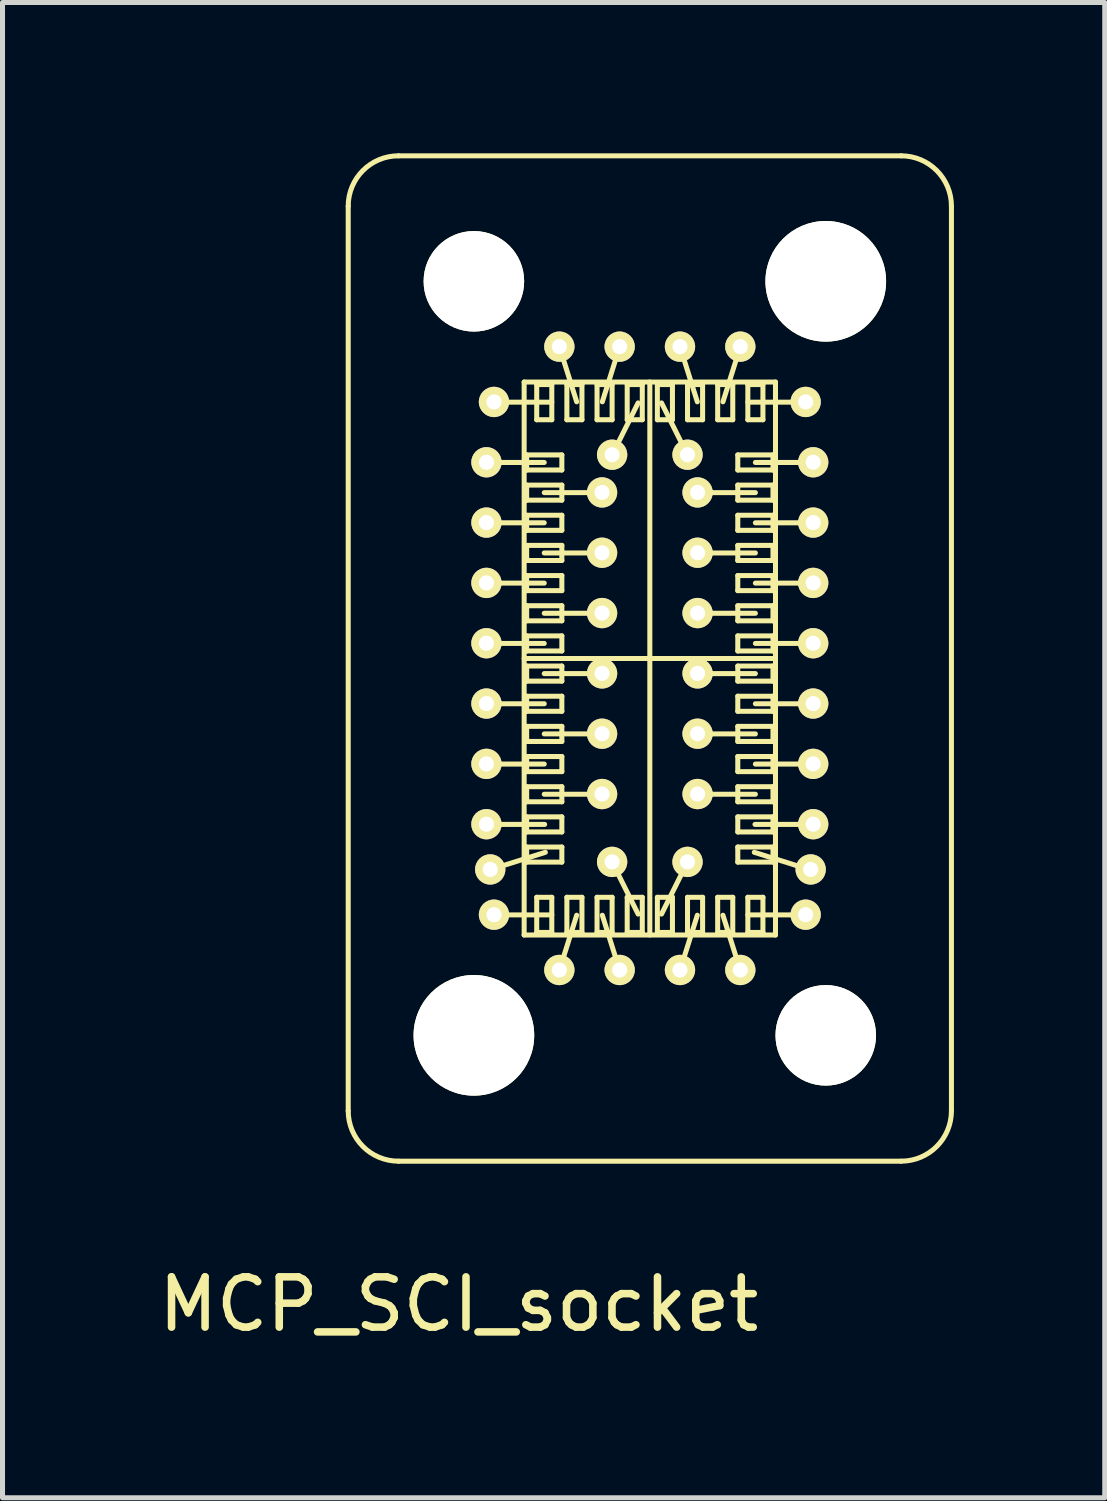
<source format=kicad_pcb>
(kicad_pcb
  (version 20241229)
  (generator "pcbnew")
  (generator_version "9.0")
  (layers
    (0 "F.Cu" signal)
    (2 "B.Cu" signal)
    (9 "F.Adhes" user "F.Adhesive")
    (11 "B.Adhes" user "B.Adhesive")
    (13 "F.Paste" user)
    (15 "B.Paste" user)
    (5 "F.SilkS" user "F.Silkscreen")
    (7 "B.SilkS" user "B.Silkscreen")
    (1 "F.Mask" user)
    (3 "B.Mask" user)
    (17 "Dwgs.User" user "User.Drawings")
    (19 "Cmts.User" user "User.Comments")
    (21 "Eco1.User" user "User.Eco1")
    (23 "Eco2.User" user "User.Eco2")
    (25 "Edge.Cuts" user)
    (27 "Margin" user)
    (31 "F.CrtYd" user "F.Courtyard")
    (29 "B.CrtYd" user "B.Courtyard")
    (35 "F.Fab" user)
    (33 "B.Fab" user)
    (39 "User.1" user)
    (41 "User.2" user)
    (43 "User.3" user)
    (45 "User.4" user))
  (footprint "MCP_SCI_socket"
    (layer "F.Cu")
    (at 9.877 10.046)
    (property "Reference" "MCP_SCI_socket" (at -3.8 12.85 0) (layer "F.SilkS") (effects (font (size 1 1) (thickness 0.15))))
    (attr through_hole)
    (fp_line (start -6 -8.996) (end -6 9.004) (stroke (width 0.1) (type solid)) (layer "F.SilkS"))
    (fp_line (start -5 10.004) (end 5 10.004) (stroke (width 0.1) (type solid)) (layer "F.SilkS"))
    (fp_line (start -3.25 -3.896) (end -2.1 -3.896) (stroke (width 0.1) (type solid)) (layer "F.SilkS"))
    (fp_line (start -3.25 -2.696) (end -2.1 -2.696) (stroke (width 0.1) (type solid)) (layer "F.SilkS"))
    (fp_line (start -3.25 -1.496) (end -2.1 -1.496) (stroke (width 0.1) (type solid)) (layer "F.SilkS"))
    (fp_line (start -3.25 -0.296) (end -2.1 -0.296) (stroke (width 0.1) (type solid)) (layer "F.SilkS"))
    (fp_line (start -3.25 0.904) (end -2.1 0.904) (stroke (width 0.1) (type solid)) (layer "F.SilkS"))
    (fp_line (start -3.25 2.104) (end -2.1 2.104) (stroke (width 0.1) (type solid)) (layer "F.SilkS"))
    (fp_line (start -3.25 3.304) (end -2.092 3.304) (stroke (width 0.1) (type solid)) (layer "F.SilkS"))
    (fp_line (start -3.175 4.204) (end -2.078 3.859) (stroke (width 0.1) (type solid)) (layer "F.SilkS"))
    (fp_line (start -3.1 -5.096) (end -3.1 -5.096) (stroke (width 0.1) (type solid)) (layer "F.SilkS"))
    (fp_line (start -3.1 -5.096) (end -1.95 -5.096) (stroke (width 0.1) (type solid)) (layer "F.SilkS"))
    (fp_line (start -3.1 5.104) (end -1.95 5.104) (stroke (width 0.1) (type solid)) (layer "F.SilkS"))
    (fp_line (start -2.5 -5.496) (end -2.5 5.504) (stroke (width 0.1) (type solid)) (layer "F.SilkS"))
    (fp_line (start -2.5 0.004) (end 2.5 0.004) (stroke (width 0.1) (type solid)) (layer "F.SilkS"))
    (fp_line (start -2.5 5.504) (end 2.5 5.504) (stroke (width 0.1) (type solid)) (layer "F.SilkS"))
    (fp_line (start -2.45 -4.046) (end -2.45 -3.746) (stroke (width 0.1) (type solid)) (layer "F.SilkS"))
    (fp_line (start -2.45 -3.746) (end -1.75 -3.746) (stroke (width 0.1) (type solid)) (layer "F.SilkS"))
    (fp_line (start -2.45 -3.446) (end -2.45 -3.146) (stroke (width 0.1) (type solid)) (layer "F.SilkS"))
    (fp_line (start -2.45 -3.146) (end -1.75 -3.146) (stroke (width 0.1) (type solid)) (layer "F.SilkS"))
    (fp_line (start -2.45 -2.846) (end -2.45 -2.546) (stroke (width 0.1) (type solid)) (layer "F.SilkS"))
    (fp_line (start -2.45 -2.546) (end -1.75 -2.546) (stroke (width 0.1) (type solid)) (layer "F.SilkS"))
    (fp_line (start -2.45 -2.246) (end -2.45 -1.946) (stroke (width 0.1) (type solid)) (layer "F.SilkS"))
    (fp_line (start -2.45 -1.946) (end -1.75 -1.946) (stroke (width 0.1) (type solid)) (layer "F.SilkS"))
    (fp_line (start -2.45 -1.646) (end -2.45 -1.346) (stroke (width 0.1) (type solid)) (layer "F.SilkS"))
    (fp_line (start -2.45 -1.346) (end -1.75 -1.346) (stroke (width 0.1) (type solid)) (layer "F.SilkS"))
    (fp_line (start -2.45 -1.046) (end -2.45 -0.746) (stroke (width 0.1) (type solid)) (layer "F.SilkS"))
    (fp_line (start -2.45 -0.746) (end -1.75 -0.746) (stroke (width 0.1) (type solid)) (layer "F.SilkS"))
    (fp_line (start -2.45 -0.446) (end -2.45 -0.146) (stroke (width 0.1) (type solid)) (layer "F.SilkS"))
    (fp_line (start -2.45 -0.146) (end -1.75 -0.146) (stroke (width 0.1) (type solid)) (layer "F.SilkS"))
    (fp_line (start -2.45 0.154) (end -2.45 0.454) (stroke (width 0.1) (type solid)) (layer "F.SilkS"))
    (fp_line (start -2.45 0.454) (end -1.75 0.454) (stroke (width 0.1) (type solid)) (layer "F.SilkS"))
    (fp_line (start -2.45 0.754) (end -2.45 1.054) (stroke (width 0.1) (type solid)) (layer "F.SilkS"))
    (fp_line (start -2.45 1.054) (end -1.75 1.054) (stroke (width 0.1) (type solid)) (layer "F.SilkS"))
    (fp_line (start -2.45 1.354) (end -2.45 1.654) (stroke (width 0.1) (type solid)) (layer "F.SilkS"))
    (fp_line (start -2.45 1.654) (end -1.75 1.654) (stroke (width 0.1) (type solid)) (layer "F.SilkS"))
    (fp_line (start -2.45 1.954) (end -2.45 2.254) (stroke (width 0.1) (type solid)) (layer "F.SilkS"))
    (fp_line (start -2.45 2.254) (end -1.75 2.254) (stroke (width 0.1) (type solid)) (layer "F.SilkS"))
    (fp_line (start -2.45 2.554) (end -2.45 2.854) (stroke (width 0.1) (type solid)) (layer "F.SilkS"))
    (fp_line (start -2.45 2.854) (end -1.75 2.854) (stroke (width 0.1) (type solid)) (layer "F.SilkS"))
    (fp_line (start -2.45 3.154) (end -2.45 3.454) (stroke (width 0.1) (type solid)) (layer "F.SilkS"))
    (fp_line (start -2.45 3.454) (end -1.75 3.454) (stroke (width 0.1) (type solid)) (layer "F.SilkS"))
    (fp_line (start -2.45 3.754) (end -2.45 4.054) (stroke (width 0.1) (type solid)) (layer "F.SilkS"))
    (fp_line (start -2.45 4.054) (end -1.75 4.054) (stroke (width 0.1) (type solid)) (layer "F.SilkS"))
    (fp_line (start -2.25 -5.446) (end -2.25 -4.746) (stroke (width 0.1) (type solid)) (layer "F.SilkS"))
    (fp_line (start -2.25 -4.746) (end -1.95 -4.746) (stroke (width 0.1) (type solid)) (layer "F.SilkS"))
    (fp_line (start -2.25 4.754) (end -2.25 5.454) (stroke (width 0.1) (type solid)) (layer "F.SilkS"))
    (fp_line (start -2.25 5.454) (end -1.95 5.454) (stroke (width 0.1) (type solid)) (layer "F.SilkS"))
    (fp_line (start -1.95 -5.446) (end -2.25 -5.446) (stroke (width 0.1) (type solid)) (layer "F.SilkS"))
    (fp_line (start -1.95 -4.746) (end -1.95 -5.446) (stroke (width 0.1) (type solid)) (layer "F.SilkS"))
    (fp_line (start -1.95 4.754) (end -2.25 4.754) (stroke (width 0.1) (type solid)) (layer "F.SilkS"))
    (fp_line (start -1.95 5.454) (end -1.95 4.754) (stroke (width 0.1) (type solid)) (layer "F.SilkS"))
    (fp_line (start -1.75 -4.046) (end -2.45 -4.046) (stroke (width 0.1) (type solid)) (layer "F.SilkS"))
    (fp_line (start -1.75 -3.746) (end -1.75 -4.046) (stroke (width 0.1) (type solid)) (layer "F.SilkS"))
    (fp_line (start -1.75 -3.446) (end -2.45 -3.446) (stroke (width 0.1) (type solid)) (layer "F.SilkS"))
    (fp_line (start -1.75 -3.146) (end -1.75 -3.446) (stroke (width 0.1) (type solid)) (layer "F.SilkS"))
    (fp_line (start -1.75 -2.846) (end -2.45 -2.846) (stroke (width 0.1) (type solid)) (layer "F.SilkS"))
    (fp_line (start -1.75 -2.546) (end -1.75 -2.846) (stroke (width 0.1) (type solid)) (layer "F.SilkS"))
    (fp_line (start -1.75 -2.246) (end -2.45 -2.246) (stroke (width 0.1) (type solid)) (layer "F.SilkS"))
    (fp_line (start -1.75 -1.946) (end -1.75 -2.246) (stroke (width 0.1) (type solid)) (layer "F.SilkS"))
    (fp_line (start -1.75 -1.646) (end -2.45 -1.646) (stroke (width 0.1) (type solid)) (layer "F.SilkS"))
    (fp_line (start -1.75 -1.346) (end -1.75 -1.646) (stroke (width 0.1) (type solid)) (layer "F.SilkS"))
    (fp_line (start -1.75 -1.046) (end -2.45 -1.046) (stroke (width 0.1) (type solid)) (layer "F.SilkS"))
    (fp_line (start -1.75 -0.746) (end -1.75 -1.046) (stroke (width 0.1) (type solid)) (layer "F.SilkS"))
    (fp_line (start -1.75 -0.446) (end -2.45 -0.446) (stroke (width 0.1) (type solid)) (layer "F.SilkS"))
    (fp_line (start -1.75 -0.146) (end -1.75 -0.446) (stroke (width 0.1) (type solid)) (layer "F.SilkS"))
    (fp_line (start -1.75 0.154) (end -2.45 0.154) (stroke (width 0.1) (type solid)) (layer "F.SilkS"))
    (fp_line (start -1.75 0.454) (end -1.75 0.154) (stroke (width 0.1) (type solid)) (layer "F.SilkS"))
    (fp_line (start -1.75 0.754) (end -2.45 0.754) (stroke (width 0.1) (type solid)) (layer "F.SilkS"))
    (fp_line (start -1.75 1.054) (end -1.75 0.754) (stroke (width 0.1) (type solid)) (layer "F.SilkS"))
    (fp_line (start -1.75 1.354) (end -2.45 1.354) (stroke (width 0.1) (type solid)) (layer "F.SilkS"))
    (fp_line (start -1.75 1.654) (end -1.75 1.354) (stroke (width 0.1) (type solid)) (layer "F.SilkS"))
    (fp_line (start -1.75 1.954) (end -2.45 1.954) (stroke (width 0.1) (type solid)) (layer "F.SilkS"))
    (fp_line (start -1.75 2.254) (end -1.75 1.954) (stroke (width 0.1) (type solid)) (layer "F.SilkS"))
    (fp_line (start -1.75 2.554) (end -2.45 2.554) (stroke (width 0.1) (type solid)) (layer "F.SilkS"))
    (fp_line (start -1.75 2.854) (end -1.75 2.554) (stroke (width 0.1) (type solid)) (layer "F.SilkS"))
    (fp_line (start -1.75 3.154) (end -2.45 3.154) (stroke (width 0.1) (type solid)) (layer "F.SilkS"))
    (fp_line (start -1.75 3.454) (end -1.75 3.154) (stroke (width 0.1) (type solid)) (layer "F.SilkS"))
    (fp_line (start -1.75 3.754) (end -2.45 3.754) (stroke (width 0.1) (type solid)) (layer "F.SilkS"))
    (fp_line (start -1.75 4.054) (end -1.75 3.754) (stroke (width 0.1) (type solid)) (layer "F.SilkS"))
    (fp_line (start -1.65 -5.446) (end -1.65 -4.746) (stroke (width 0.1) (type solid)) (layer "F.SilkS"))
    (fp_line (start -1.65 -4.746) (end -1.35 -4.746) (stroke (width 0.1) (type solid)) (layer "F.SilkS"))
    (fp_line (start -1.65 4.754) (end -1.65 5.454) (stroke (width 0.1) (type solid)) (layer "F.SilkS"))
    (fp_line (start -1.65 5.454) (end -1.35 5.454) (stroke (width 0.1) (type solid)) (layer "F.SilkS"))
    (fp_line (start -1.455 -5.103) (end -1.8 -6.2) (stroke (width 0.1) (type solid)) (layer "F.SilkS"))
    (fp_line (start -1.455 5.111) (end -1.8 6.208) (stroke (width 0.1) (type solid)) (layer "F.SilkS"))
    (fp_line (start -1.35 -5.446) (end -1.65 -5.446) (stroke (width 0.1) (type solid)) (layer "F.SilkS"))
    (fp_line (start -1.35 -4.746) (end -1.35 -5.446) (stroke (width 0.1) (type solid)) (layer "F.SilkS"))
    (fp_line (start -1.35 4.754) (end -1.65 4.754) (stroke (width 0.1) (type solid)) (layer "F.SilkS"))
    (fp_line (start -1.35 5.454) (end -1.35 4.754) (stroke (width 0.1) (type solid)) (layer "F.SilkS"))
    (fp_line (start -1.05 -5.446) (end -1.05 -4.746) (stroke (width 0.1) (type solid)) (layer "F.SilkS"))
    (fp_line (start -1.05 -4.746) (end -0.75 -4.746) (stroke (width 0.1) (type solid)) (layer "F.SilkS"))
    (fp_line (start -1.05 4.754) (end -1.05 5.454) (stroke (width 0.1) (type solid)) (layer "F.SilkS"))
    (fp_line (start -1.05 5.454) (end -0.75 5.454) (stroke (width 0.1) (type solid)) (layer "F.SilkS"))
    (fp_line (start -0.95 -3.296) (end -2.1 -3.296) (stroke (width 0.1) (type solid)) (layer "F.SilkS"))
    (fp_line (start -0.95 -2.096) (end -2.1 -2.096) (stroke (width 0.1) (type solid)) (layer "F.SilkS"))
    (fp_line (start -0.95 -0.896) (end -2.1 -0.896) (stroke (width 0.1) (type solid)) (layer "F.SilkS"))
    (fp_line (start -0.95 0.304) (end -2.1 0.304) (stroke (width 0.1) (type solid)) (layer "F.SilkS"))
    (fp_line (start -0.95 1.504) (end -2.1 1.504) (stroke (width 0.1) (type solid)) (layer "F.SilkS"))
    (fp_line (start -0.95 2.704) (end -2.1 2.704) (stroke (width 0.1) (type solid)) (layer "F.SilkS"))
    (fp_line (start -0.945 -5.103) (end -0.6 -6.2) (stroke (width 0.1) (type solid)) (layer "F.SilkS"))
    (fp_line (start -0.945 5.111) (end -0.6 6.208) (stroke (width 0.1) (type solid)) (layer "F.SilkS"))
    (fp_line (start -0.75 -5.446) (end -1.05 -5.446) (stroke (width 0.1) (type solid)) (layer "F.SilkS"))
    (fp_line (start -0.75 -4.746) (end -0.75 -5.446) (stroke (width 0.1) (type solid)) (layer "F.SilkS"))
    (fp_line (start -0.75 4.754) (end -1.05 4.754) (stroke (width 0.1) (type solid)) (layer "F.SilkS"))
    (fp_line (start -0.75 5.454) (end -0.75 4.754) (stroke (width 0.1) (type solid)) (layer "F.SilkS"))
    (fp_line (start -0.45 -5.446) (end -0.45 -4.746) (stroke (width 0.1) (type solid)) (layer "F.SilkS"))
    (fp_line (start -0.45 -4.746) (end -0.15 -4.746) (stroke (width 0.1) (type solid)) (layer "F.SilkS"))
    (fp_line (start -0.45 4.754) (end -0.45 5.454) (stroke (width 0.1) (type solid)) (layer "F.SilkS"))
    (fp_line (start -0.45 5.454) (end -0.15 5.454) (stroke (width 0.1) (type solid)) (layer "F.SilkS"))
    (fp_line (start -0.233 -5.081) (end -0.747 -4.052) (stroke (width 0.1) (type solid)) (layer "F.SilkS"))
    (fp_line (start -0.233 5.088) (end -0.747 4.059) (stroke (width 0.1) (type solid)) (layer "F.SilkS"))
    (fp_line (start -0.15 -5.446) (end -0.45 -5.446) (stroke (width 0.1) (type solid)) (layer "F.SilkS"))
    (fp_line (start -0.15 -4.746) (end -0.15 -5.446) (stroke (width 0.1) (type solid)) (layer "F.SilkS"))
    (fp_line (start -0.15 4.754) (end -0.45 4.754) (stroke (width 0.1) (type solid)) (layer "F.SilkS"))
    (fp_line (start -0.15 5.454) (end -0.15 4.754) (stroke (width 0.1) (type solid)) (layer "F.SilkS"))
    (fp_line (start 0 5.504) (end 0 -5.496) (stroke (width 0.1) (type solid)) (layer "F.SilkS"))
    (fp_line (start 0.15 -5.446) (end 0.15 -4.746) (stroke (width 0.1) (type solid)) (layer "F.SilkS"))
    (fp_line (start 0.15 -4.746) (end 0.45 -4.746) (stroke (width 0.1) (type solid)) (layer "F.SilkS"))
    (fp_line (start 0.15 4.754) (end 0.15 5.454) (stroke (width 0.1) (type solid)) (layer "F.SilkS"))
    (fp_line (start 0.15 5.454) (end 0.45 5.454) (stroke (width 0.1) (type solid)) (layer "F.SilkS"))
    (fp_line (start 0.233 -5.081) (end 0.747 -4.052) (stroke (width 0.1) (type solid)) (layer "F.SilkS"))
    (fp_line (start 0.233 5.088) (end 0.747 4.059) (stroke (width 0.1) (type solid)) (layer "F.SilkS"))
    (fp_line (start 0.45 -5.446) (end 0.15 -5.446) (stroke (width 0.1) (type solid)) (layer "F.SilkS"))
    (fp_line (start 0.45 -4.746) (end 0.45 -5.446) (stroke (width 0.1) (type solid)) (layer "F.SilkS"))
    (fp_line (start 0.45 4.754) (end 0.15 4.754) (stroke (width 0.1) (type solid)) (layer "F.SilkS"))
    (fp_line (start 0.45 5.454) (end 0.45 4.754) (stroke (width 0.1) (type solid)) (layer "F.SilkS"))
    (fp_line (start 0.75 -5.446) (end 0.75 -4.746) (stroke (width 0.1) (type solid)) (layer "F.SilkS"))
    (fp_line (start 0.75 -4.746) (end 1.05 -4.746) (stroke (width 0.1) (type solid)) (layer "F.SilkS"))
    (fp_line (start 0.75 4.754) (end 0.75 5.454) (stroke (width 0.1) (type solid)) (layer "F.SilkS"))
    (fp_line (start 0.75 5.454) (end 1.05 5.454) (stroke (width 0.1) (type solid)) (layer "F.SilkS"))
    (fp_line (start 0.945 -5.103) (end 0.6 -6.2) (stroke (width 0.1) (type solid)) (layer "F.SilkS"))
    (fp_line (start 0.945 5.111) (end 0.6 6.208) (stroke (width 0.1) (type solid)) (layer "F.SilkS"))
    (fp_line (start 0.95 -3.296) (end 2.1 -3.296) (stroke (width 0.1) (type solid)) (layer "F.SilkS"))
    (fp_line (start 0.95 -2.096) (end 2.1 -2.096) (stroke (width 0.1) (type solid)) (layer "F.SilkS"))
    (fp_line (start 0.95 -0.896) (end 2.1 -0.896) (stroke (width 0.1) (type solid)) (layer "F.SilkS"))
    (fp_line (start 0.95 0.304) (end 2.1 0.304) (stroke (width 0.1) (type solid)) (layer "F.SilkS"))
    (fp_line (start 0.95 1.504) (end 2.1 1.504) (stroke (width 0.1) (type solid)) (layer "F.SilkS"))
    (fp_line (start 0.95 2.704) (end 2.1 2.704) (stroke (width 0.1) (type solid)) (layer "F.SilkS"))
    (fp_line (start 1.05 -5.446) (end 0.75 -5.446) (stroke (width 0.1) (type solid)) (layer "F.SilkS"))
    (fp_line (start 1.05 -4.746) (end 1.05 -5.446) (stroke (width 0.1) (type solid)) (layer "F.SilkS"))
    (fp_line (start 1.05 4.754) (end 0.75 4.754) (stroke (width 0.1) (type solid)) (layer "F.SilkS"))
    (fp_line (start 1.05 5.454) (end 1.05 4.754) (stroke (width 0.1) (type solid)) (layer "F.SilkS"))
    (fp_line (start 1.35 -5.446) (end 1.35 -4.746) (stroke (width 0.1) (type solid)) (layer "F.SilkS"))
    (fp_line (start 1.35 -4.746) (end 1.65 -4.746) (stroke (width 0.1) (type solid)) (layer "F.SilkS"))
    (fp_line (start 1.35 4.754) (end 1.35 5.454) (stroke (width 0.1) (type solid)) (layer "F.SilkS"))
    (fp_line (start 1.35 5.454) (end 1.65 5.454) (stroke (width 0.1) (type solid)) (layer "F.SilkS"))
    (fp_line (start 1.455 -5.103) (end 1.8 -6.2) (stroke (width 0.1) (type solid)) (layer "F.SilkS"))
    (fp_line (start 1.455 5.111) (end 1.8 6.208) (stroke (width 0.1) (type solid)) (layer "F.SilkS"))
    (fp_line (start 1.65 -5.446) (end 1.35 -5.446) (stroke (width 0.1) (type solid)) (layer "F.SilkS"))
    (fp_line (start 1.65 -4.746) (end 1.65 -5.446) (stroke (width 0.1) (type solid)) (layer "F.SilkS"))
    (fp_line (start 1.65 4.754) (end 1.35 4.754) (stroke (width 0.1) (type solid)) (layer "F.SilkS"))
    (fp_line (start 1.65 5.454) (end 1.65 4.754) (stroke (width 0.1) (type solid)) (layer "F.SilkS"))
    (fp_line (start 1.75 -4.046) (end 1.75 -3.746) (stroke (width 0.1) (type solid)) (layer "F.SilkS"))
    (fp_line (start 1.75 -3.746) (end 2.45 -3.746) (stroke (width 0.1) (type solid)) (layer "F.SilkS"))
    (fp_line (start 1.75 -3.446) (end 1.75 -3.146) (stroke (width 0.1) (type solid)) (layer "F.SilkS"))
    (fp_line (start 1.75 -3.146) (end 2.45 -3.146) (stroke (width 0.1) (type solid)) (layer "F.SilkS"))
    (fp_line (start 1.75 -2.846) (end 1.75 -2.546) (stroke (width 0.1) (type solid)) (layer "F.SilkS"))
    (fp_line (start 1.75 -2.546) (end 2.45 -2.546) (stroke (width 0.1) (type solid)) (layer "F.SilkS"))
    (fp_line (start 1.75 -2.246) (end 1.75 -1.946) (stroke (width 0.1) (type solid)) (layer "F.SilkS"))
    (fp_line (start 1.75 -1.946) (end 2.45 -1.946) (stroke (width 0.1) (type solid)) (layer "F.SilkS"))
    (fp_line (start 1.75 -1.646) (end 1.75 -1.346) (stroke (width 0.1) (type solid)) (layer "F.SilkS"))
    (fp_line (start 1.75 -1.346) (end 2.45 -1.346) (stroke (width 0.1) (type solid)) (layer "F.SilkS"))
    (fp_line (start 1.75 -1.046) (end 1.75 -0.746) (stroke (width 0.1) (type solid)) (layer "F.SilkS"))
    (fp_line (start 1.75 -0.746) (end 2.45 -0.746) (stroke (width 0.1) (type solid)) (layer "F.SilkS"))
    (fp_line (start 1.75 -0.446) (end 1.75 -0.146) (stroke (width 0.1) (type solid)) (layer "F.SilkS"))
    (fp_line (start 1.75 -0.146) (end 2.45 -0.146) (stroke (width 0.1) (type solid)) (layer "F.SilkS"))
    (fp_line (start 1.75 0.154) (end 1.75 0.454) (stroke (width 0.1) (type solid)) (layer "F.SilkS"))
    (fp_line (start 1.75 0.454) (end 2.45 0.454) (stroke (width 0.1) (type solid)) (layer "F.SilkS"))
    (fp_line (start 1.75 0.754) (end 1.75 1.054) (stroke (width 0.1) (type solid)) (layer "F.SilkS"))
    (fp_line (start 1.75 1.054) (end 2.45 1.054) (stroke (width 0.1) (type solid)) (layer "F.SilkS"))
    (fp_line (start 1.75 1.354) (end 1.75 1.654) (stroke (width 0.1) (type solid)) (layer "F.SilkS"))
    (fp_line (start 1.75 1.654) (end 2.45 1.654) (stroke (width 0.1) (type solid)) (layer "F.SilkS"))
    (fp_line (start 1.75 1.954) (end 1.75 2.254) (stroke (width 0.1) (type solid)) (layer "F.SilkS"))
    (fp_line (start 1.75 2.254) (end 2.45 2.254) (stroke (width 0.1) (type solid)) (layer "F.SilkS"))
    (fp_line (start 1.75 2.554) (end 1.75 2.854) (stroke (width 0.1) (type solid)) (layer "F.SilkS"))
    (fp_line (start 1.75 2.854) (end 2.45 2.854) (stroke (width 0.1) (type solid)) (layer "F.SilkS"))
    (fp_line (start 1.75 3.154) (end 1.75 3.454) (stroke (width 0.1) (type solid)) (layer "F.SilkS"))
    (fp_line (start 1.75 3.454) (end 2.45 3.454) (stroke (width 0.1) (type solid)) (layer "F.SilkS"))
    (fp_line (start 1.75 3.754) (end 1.75 4.054) (stroke (width 0.1) (type solid)) (layer "F.SilkS"))
    (fp_line (start 1.75 4.054) (end 2.45 4.054) (stroke (width 0.1) (type solid)) (layer "F.SilkS"))
    (fp_line (start 1.95 -5.446) (end 1.95 -4.746) (stroke (width 0.1) (type solid)) (layer "F.SilkS"))
    (fp_line (start 1.95 -4.746) (end 2.25 -4.746) (stroke (width 0.1) (type solid)) (layer "F.SilkS"))
    (fp_line (start 1.95 4.754) (end 1.95 5.454) (stroke (width 0.1) (type solid)) (layer "F.SilkS"))
    (fp_line (start 1.95 5.454) (end 2.25 5.454) (stroke (width 0.1) (type solid)) (layer "F.SilkS"))
    (fp_line (start 2.25 -5.446) (end 1.95 -5.446) (stroke (width 0.1) (type solid)) (layer "F.SilkS"))
    (fp_line (start 2.25 -4.746) (end 2.25 -5.446) (stroke (width 0.1) (type solid)) (layer "F.SilkS"))
    (fp_line (start 2.25 4.754) (end 1.95 4.754) (stroke (width 0.1) (type solid)) (layer "F.SilkS"))
    (fp_line (start 2.25 5.454) (end 2.25 4.754) (stroke (width 0.1) (type solid)) (layer "F.SilkS"))
    (fp_line (start 2.45 -4.046) (end 1.75 -4.046) (stroke (width 0.1) (type solid)) (layer "F.SilkS"))
    (fp_line (start 2.45 -3.746) (end 2.45 -4.046) (stroke (width 0.1) (type solid)) (layer "F.SilkS"))
    (fp_line (start 2.45 -3.446) (end 1.75 -3.446) (stroke (width 0.1) (type solid)) (layer "F.SilkS"))
    (fp_line (start 2.45 -3.146) (end 2.45 -3.446) (stroke (width 0.1) (type solid)) (layer "F.SilkS"))
    (fp_line (start 2.45 -2.846) (end 1.75 -2.846) (stroke (width 0.1) (type solid)) (layer "F.SilkS"))
    (fp_line (start 2.45 -2.546) (end 2.45 -2.846) (stroke (width 0.1) (type solid)) (layer "F.SilkS"))
    (fp_line (start 2.45 -2.246) (end 1.75 -2.246) (stroke (width 0.1) (type solid)) (layer "F.SilkS"))
    (fp_line (start 2.45 -1.946) (end 2.45 -2.246) (stroke (width 0.1) (type solid)) (layer "F.SilkS"))
    (fp_line (start 2.45 -1.646) (end 1.75 -1.646) (stroke (width 0.1) (type solid)) (layer "F.SilkS"))
    (fp_line (start 2.45 -1.346) (end 2.45 -1.646) (stroke (width 0.1) (type solid)) (layer "F.SilkS"))
    (fp_line (start 2.45 -1.046) (end 1.75 -1.046) (stroke (width 0.1) (type solid)) (layer "F.SilkS"))
    (fp_line (start 2.45 -0.746) (end 2.45 -1.046) (stroke (width 0.1) (type solid)) (layer "F.SilkS"))
    (fp_line (start 2.45 -0.446) (end 1.75 -0.446) (stroke (width 0.1) (type solid)) (layer "F.SilkS"))
    (fp_line (start 2.45 -0.146) (end 2.45 -0.446) (stroke (width 0.1) (type solid)) (layer "F.SilkS"))
    (fp_line (start 2.45 0.154) (end 1.75 0.154) (stroke (width 0.1) (type solid)) (layer "F.SilkS"))
    (fp_line (start 2.45 0.454) (end 2.45 0.154) (stroke (width 0.1) (type solid)) (layer "F.SilkS"))
    (fp_line (start 2.45 0.754) (end 1.75 0.754) (stroke (width 0.1) (type solid)) (layer "F.SilkS"))
    (fp_line (start 2.45 1.054) (end 2.45 0.754) (stroke (width 0.1) (type solid)) (layer "F.SilkS"))
    (fp_line (start 2.45 1.354) (end 1.75 1.354) (stroke (width 0.1) (type solid)) (layer "F.SilkS"))
    (fp_line (start 2.45 1.654) (end 2.45 1.354) (stroke (width 0.1) (type solid)) (layer "F.SilkS"))
    (fp_line (start 2.45 1.954) (end 1.75 1.954) (stroke (width 0.1) (type solid)) (layer "F.SilkS"))
    (fp_line (start 2.45 2.254) (end 2.45 1.954) (stroke (width 0.1) (type solid)) (layer "F.SilkS"))
    (fp_line (start 2.45 2.554) (end 1.75 2.554) (stroke (width 0.1) (type solid)) (layer "F.SilkS"))
    (fp_line (start 2.45 2.854) (end 2.45 2.554) (stroke (width 0.1) (type solid)) (layer "F.SilkS"))
    (fp_line (start 2.45 3.154) (end 1.75 3.154) (stroke (width 0.1) (type solid)) (layer "F.SilkS"))
    (fp_line (start 2.45 3.454) (end 2.45 3.154) (stroke (width 0.1) (type solid)) (layer "F.SilkS"))
    (fp_line (start 2.45 3.754) (end 1.75 3.754) (stroke (width 0.1) (type solid)) (layer "F.SilkS"))
    (fp_line (start 2.45 4.054) (end 2.45 3.754) (stroke (width 0.1) (type solid)) (layer "F.SilkS"))
    (fp_line (start 2.5 -5.496) (end -2.5 -5.496) (stroke (width 0.1) (type solid)) (layer "F.SilkS"))
    (fp_line (start 2.5 -5.496) (end 2.5 5.504) (stroke (width 0.1) (type solid)) (layer "F.SilkS"))
    (fp_line (start 3.1 -5.096) (end 1.95 -5.096) (stroke (width 0.1) (type solid)) (layer "F.SilkS"))
    (fp_line (start 3.1 -5.096) (end 3.1 -5.096) (stroke (width 0.1) (type solid)) (layer "F.SilkS"))
    (fp_line (start 3.1 5.104) (end 1.95 5.104) (stroke (width 0.1) (type solid)) (layer "F.SilkS"))
    (fp_line (start 3.175 4.204) (end 2.078 3.859) (stroke (width 0.1) (type solid)) (layer "F.SilkS"))
    (fp_line (start 3.25 -3.896) (end 2.1 -3.896) (stroke (width 0.1) (type solid)) (layer "F.SilkS"))
    (fp_line (start 3.25 -2.696) (end 2.1 -2.696) (stroke (width 0.1) (type solid)) (layer "F.SilkS"))
    (fp_line (start 3.25 -1.496) (end 2.1 -1.496) (stroke (width 0.1) (type solid)) (layer "F.SilkS"))
    (fp_line (start 3.25 -0.296) (end 2.1 -0.296) (stroke (width 0.1) (type solid)) (layer "F.SilkS"))
    (fp_line (start 3.25 0.904) (end 2.1 0.904) (stroke (width 0.1) (type solid)) (layer "F.SilkS"))
    (fp_line (start 3.25 2.104) (end 2.1 2.104) (stroke (width 0.1) (type solid)) (layer "F.SilkS"))
    (fp_line (start 3.25 3.304) (end 2.092 3.304) (stroke (width 0.1) (type solid)) (layer "F.SilkS"))
    (fp_line (start 5 -9.996) (end -5 -9.996) (stroke (width 0.1) (type solid)) (layer "F.SilkS"))
    (fp_line (start 6 9.004) (end 6 -8.996) (stroke (width 0.1) (type solid)) (layer "F.SilkS"))
    (fp_arc (start -6 -8.9964) (mid -5.707107 -9.703507) (end -5 -9.9964) (stroke (width 0.1) (type solid)) (layer "F.SilkS"))
    (fp_arc (start -5 10.0036) (mid -5.707107 9.710707) (end -6 9.0036) (stroke (width 0.1) (type solid)) (layer "F.SilkS"))
    (fp_arc (start 5 -9.9964) (mid 5.707107 -9.703507) (end 6 -8.9964) (stroke (width 0.1) (type solid)) (layer "F.SilkS"))
    (fp_arc (start 6 9.0036) (mid 5.707107 9.710707) (end 5 10.0036) (stroke (width 0.1) (type solid)) (layer "F.SilkS"))
    (pad "" np_thru_hole circle (at -3.5 -7.5) (size 2 2) (drill 2) (layers "*.Cu" "*.Mask" "F.SilkS"))
    (pad "" np_thru_hole circle (at -3.5 7.5) (size 2.4 2.4) (drill 2.4) (layers "*.Cu" "*.Mask" "F.SilkS"))
    (pad "" np_thru_hole circle (at 3.5 -7.5) (size 2.4 2.4) (drill 2.4) (layers "*.Cu" "*.Mask" "F.SilkS"))
    (pad "" np_thru_hole circle (at 3.5 7.5) (size 2 2) (drill 2) (layers "*.Cu" "*.Mask" "F.SilkS"))
    (pad "1" thru_hole circle (at -3.25 -3.9) (size 0.603 0.603) (drill 0.3) (layers "*.Cu" "*.Mask" "F.SilkS"))
    (pad "2" thru_hole circle (at -0.95 -3.3) (size 0.603 0.603) (drill 0.3) (layers "*.Cu" "*.Mask" "F.SilkS"))
    (pad "3" thru_hole circle (at -3.25 -2.7) (size 0.603 0.603) (drill 0.3) (layers "*.Cu" "*.Mask" "F.SilkS"))
    (pad "4" thru_hole circle (at -0.95 -2.1) (size 0.603 0.603) (drill 0.3) (layers "*.Cu" "*.Mask" "F.SilkS"))
    (pad "5" thru_hole circle (at -3.25 -1.5) (size 0.603 0.603) (drill 0.3) (layers "*.Cu" "*.Mask" "F.SilkS"))
    (pad "6" thru_hole circle (at -0.95 -0.9) (size 0.603 0.603) (drill 0.3) (layers "*.Cu" "*.Mask" "F.SilkS"))
    (pad "7" thru_hole circle (at -3.25 -0.3) (size 0.603 0.603) (drill 0.3) (layers "*.Cu" "*.Mask" "F.SilkS"))
    (pad "8" thru_hole circle (at -0.95 0.3) (size 0.603 0.603) (drill 0.3) (layers "*.Cu" "*.Mask" "F.SilkS"))
    (pad "9" thru_hole circle (at -3.25 0.9) (size 0.603 0.603) (drill 0.3) (layers "*.Cu" "*.Mask" "F.SilkS"))
    (pad "10" thru_hole circle (at -0.95 1.5) (size 0.603 0.603) (drill 0.3) (layers "*.Cu" "*.Mask" "F.SilkS"))
    (pad "11" thru_hole circle (at -3.25 2.1) (size 0.603 0.603) (drill 0.3) (layers "*.Cu" "*.Mask" "F.SilkS"))
    (pad "12" thru_hole circle (at -0.95 2.7) (size 0.603 0.603) (drill 0.3) (layers "*.Cu" "*.Mask" "F.SilkS"))
    (pad "13" thru_hole circle (at -3.25 3.3) (size 0.603 0.603) (drill 0.3) (layers "*.Cu" "*.Mask" "F.SilkS"))
    (pad "14" thru_hole circle (at -3.175 4.2) (size 0.603 0.603) (drill 0.3) (layers "*.Cu" "*.Mask" "F.SilkS"))
    (pad "15" thru_hole circle (at -3.1 5.1) (size 0.603 0.603) (drill 0.3) (layers "*.Cu" "*.Mask" "F.SilkS"))
    (pad "16" thru_hole circle (at -1.8 6.2) (size 0.603 0.603) (drill 0.3) (layers "*.Cu" "*.Mask" "F.SilkS"))
    (pad "17" thru_hole circle (at -0.6 6.2) (size 0.603 0.603) (drill 0.3) (layers "*.Cu" "*.Mask" "F.SilkS"))
    (pad "18" thru_hole circle (at -0.75 4.05) (size 0.603 0.603) (drill 0.3) (layers "*.Cu" "*.Mask" "F.SilkS"))
    (pad "19" thru_hole circle (at 0.75 4.05) (size 0.603 0.603) (drill 0.3) (layers "*.Cu" "*.Mask" "F.SilkS"))
    (pad "20" thru_hole circle (at 0.6 6.2) (size 0.603 0.603) (drill 0.3) (layers "*.Cu" "*.Mask" "F.SilkS"))
    (pad "21" thru_hole circle (at 1.8 6.2) (size 0.603 0.603) (drill 0.3) (layers "*.Cu" "*.Mask" "F.SilkS"))
    (pad "22" thru_hole circle (at 3.1 5.1) (size 0.603 0.603) (drill 0.3) (layers "*.Cu" "*.Mask" "F.SilkS"))
    (pad "23" thru_hole circle (at 3.2 4.2) (size 0.603 0.603) (drill 0.3) (layers "*.Cu" "*.Mask" "F.SilkS"))
    (pad "24" thru_hole circle (at 3.25 3.3) (size 0.603 0.603) (drill 0.3) (layers "*.Cu" "*.Mask" "F.SilkS"))
    (pad "25" thru_hole circle (at 0.95 2.7) (size 0.603 0.603) (drill 0.3) (layers "*.Cu" "*.Mask" "F.SilkS"))
    (pad "26" thru_hole circle (at 3.25 2.1) (size 0.603 0.603) (drill 0.3) (layers "*.Cu" "*.Mask" "F.SilkS"))
    (pad "27" thru_hole circle (at 0.95 1.5) (size 0.603 0.603) (drill 0.3) (layers "*.Cu" "*.Mask" "F.SilkS"))
    (pad "28" thru_hole circle (at 3.25 0.9) (size 0.603 0.603) (drill 0.3) (layers "*.Cu" "*.Mask" "F.SilkS"))
    (pad "29" thru_hole circle (at 0.95 0.3) (size 0.603 0.603) (drill 0.3) (layers "*.Cu" "*.Mask" "F.SilkS"))
    (pad "30" thru_hole circle (at 3.25 -0.3) (size 0.603 0.603) (drill 0.3) (layers "*.Cu" "*.Mask" "F.SilkS"))
    (pad "31" thru_hole circle (at 0.95 -0.9) (size 0.603 0.603) (drill 0.3) (layers "*.Cu" "*.Mask" "F.SilkS"))
    (pad "32" thru_hole circle (at 3.25 -1.5) (size 0.603 0.603) (drill 0.3) (layers "*.Cu" "*.Mask" "F.SilkS"))
    (pad "33" thru_hole circle (at 0.95 -2.1) (size 0.603 0.603) (drill 0.3) (layers "*.Cu" "*.Mask" "F.SilkS"))
    (pad "34" thru_hole circle (at 3.25 -2.7) (size 0.603 0.603) (drill 0.3) (layers "*.Cu" "*.Mask" "F.SilkS"))
    (pad "35" thru_hole circle (at 0.95 -3.3) (size 0.603 0.603) (drill 0.3) (layers "*.Cu" "*.Mask" "F.SilkS"))
    (pad "36" thru_hole circle (at 3.25 -3.9) (size 0.603 0.603) (drill 0.3) (layers "*.Cu" "*.Mask" "F.SilkS"))
    (pad "37" thru_hole circle (at 3.1 -5.1) (size 0.603 0.603) (drill 0.3) (layers "*.Cu" "*.Mask" "F.SilkS"))
    (pad "38" thru_hole circle (at 1.8 -6.2) (size 0.603 0.603) (drill 0.3) (layers "*.Cu" "*.Mask" "F.SilkS"))
    (pad "39" thru_hole circle (at 0.6 -6.2) (size 0.603 0.603) (drill 0.3) (layers "*.Cu" "*.Mask" "F.SilkS"))
    (pad "40" thru_hole circle (at 0.75 -4.05) (size 0.603 0.603) (drill 0.3) (layers "*.Cu" "*.Mask" "F.SilkS"))
    (pad "41" thru_hole circle (at -0.75 -4.05) (size 0.603 0.603) (drill 0.3) (layers "*.Cu" "*.Mask" "F.SilkS"))
    (pad "42" thru_hole circle (at -0.6 -6.2) (size 0.603 0.603) (drill 0.3) (layers "*.Cu" "*.Mask" "F.SilkS"))
    (pad "43" thru_hole circle (at -1.8 -6.2) (size 0.603 0.603) (drill 0.3) (layers "*.Cu" "*.Mask" "F.SilkS"))
    (pad "44" thru_hole circle (at -3.1 -5.1) (size 0.603 0.603) (drill 0.3) (layers "*.Cu" "*.Mask" "F.SilkS")))
  (gr_rect
    (start -3 -3)
    (end 18.927 26.745)
    (stroke (width 0.1) (type default))
    (fill no)
    (layer "Edge.Cuts")))
</source>
